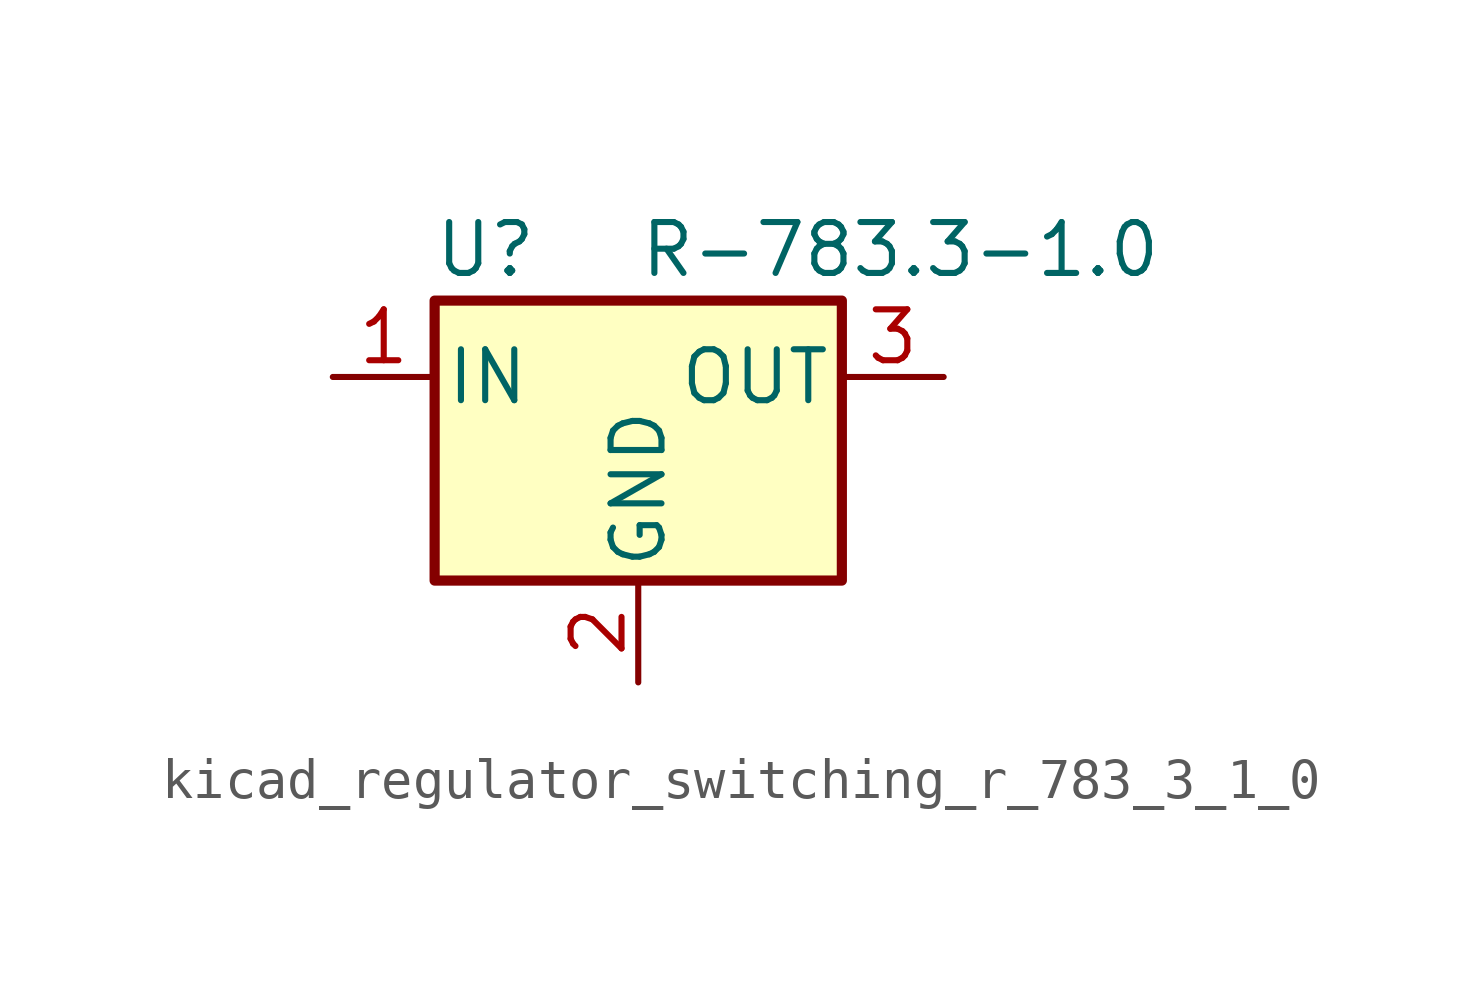
<source format=kicad_sym>
(kicad_symbol_lib
  (version 20220914)
  (generator kicad_symbol_editor)
  (symbol "kicad_regulator_switching_r_783_3_1_0"
    (pin_names
      (offset 0.254))
    (property "Reference" "U"
      (at -3.81 3.175 0)
      (effects (font (size 1.27 1.27))))
    (property "Value" "R-783.3-1.0"
      (at 0 3.175 0)
      (effects (font (size 1.27 1.27)) (justify left)))
    (symbol "kicad_regulator_switching_r_783_3_1_0_0_1"
      (rectangle (start -5.08 1.905) (end 5.08 -5.08) (stroke (width 0.254) (type default)) (fill (type background))))
    (symbol "kicad_regulator_switching_r_783_3_1_0_1_1"
      (pin power_in line (at -7.62 0 0) (length 2.54) (name "IN" (effects (font (size 1.27 1.27)))) (number "1" (effects (font (size 1.27 1.27)))))
      (pin power_in line (at 0 -7.62 90) (length 2.54) (name "GND" (effects (font (size 1.27 1.27)))) (number "2" (effects (font (size 1.27 1.27)))))
      (pin power_out line (at 7.62 0 180) (length 2.54) (name "OUT" (effects (font (size 1.27 1.27)))) (number "3" (effects (font (size 1.27 1.27))))))))
</source>
